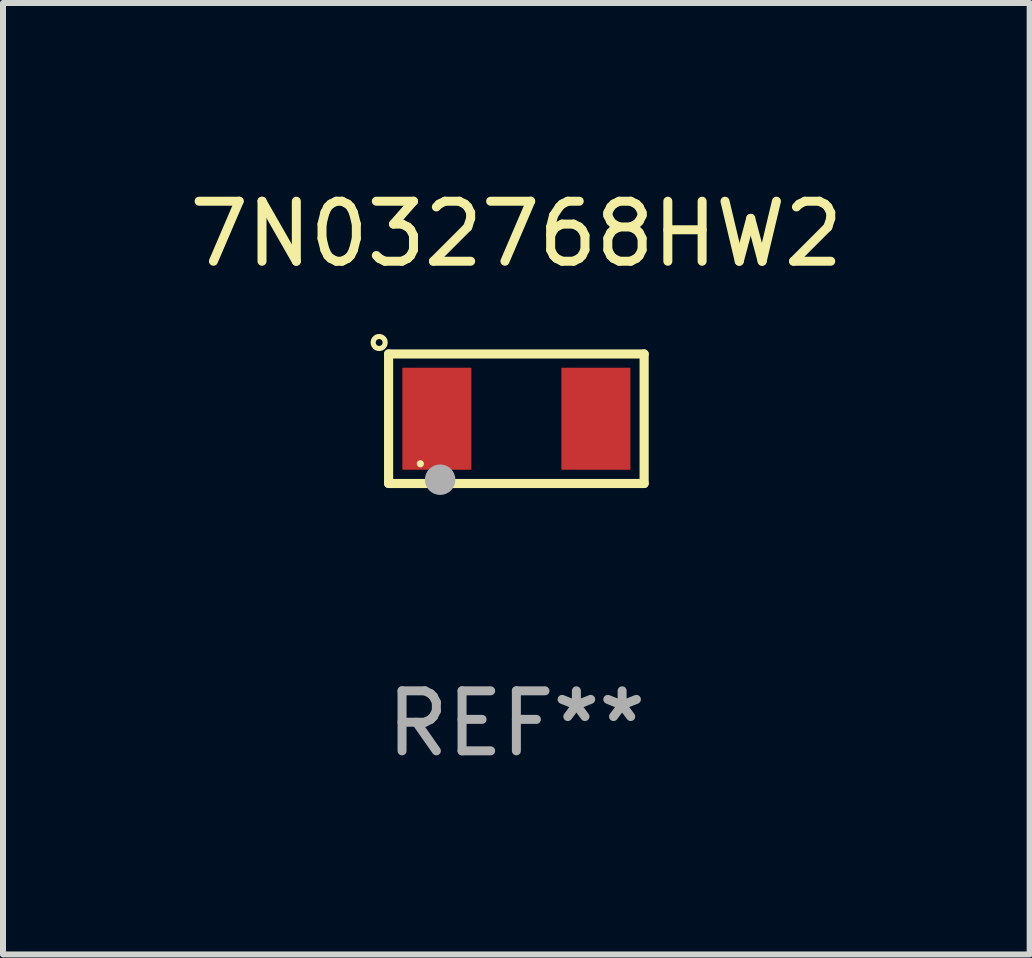
<source format=kicad_pcb>
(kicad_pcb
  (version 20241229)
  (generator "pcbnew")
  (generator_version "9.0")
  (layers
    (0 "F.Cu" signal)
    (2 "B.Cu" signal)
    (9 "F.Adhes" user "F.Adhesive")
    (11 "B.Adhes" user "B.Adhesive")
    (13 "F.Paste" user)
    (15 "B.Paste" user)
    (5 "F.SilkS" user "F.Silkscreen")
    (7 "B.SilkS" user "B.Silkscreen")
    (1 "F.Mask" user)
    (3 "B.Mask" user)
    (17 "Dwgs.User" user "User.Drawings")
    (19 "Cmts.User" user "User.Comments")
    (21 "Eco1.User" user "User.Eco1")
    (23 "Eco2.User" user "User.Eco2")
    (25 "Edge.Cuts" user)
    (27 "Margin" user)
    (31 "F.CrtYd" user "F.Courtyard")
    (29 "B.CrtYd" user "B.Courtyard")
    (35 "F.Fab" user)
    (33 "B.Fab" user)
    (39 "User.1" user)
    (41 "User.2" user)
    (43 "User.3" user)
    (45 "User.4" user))
  (footprint "7N032768HW2"
    (layer "F.Cu")
    (at 5.554 3.927)
    (property "Reference" "7N032768HW2" (at 0 -3.079 0) (layer "F.SilkS") (effects (font (size 1 1) (thickness 0.15))))
    (attr through_hole)
    (fp_line (start -2.129 -1.079) (end 2.129 -1.079) (stroke (width 0.152) (type solid)) (layer "F.SilkS"))
    (fp_line (start -2.129 1.079) (end -2.129 -1.079) (stroke (width 0.152) (type solid)) (layer "F.SilkS"))
    (fp_line (start 2.129 -1.079) (end 2.129 1.079) (stroke (width 0.152) (type solid)) (layer "F.SilkS"))
    (fp_line (start 2.129 1.079) (end -2.129 1.079) (stroke (width 0.152) (type solid)) (layer "F.SilkS"))
    (fp_circle (center -2.286 -1.27) (end -2.186 -1.27) (stroke (width 0.085) (type solid)) (fill no) (layer "F.SilkS"))
    (fp_circle (center -1.6 0.75) (end -1.57 0.75) (stroke (width 0.06) (type solid)) (fill no) (layer "F.SilkS"))
    (fp_circle (center -1.27 1.016) (end -1.143 1.016) (stroke (width 0.254) (type solid)) (fill no) (layer "F.Fab"))
    (fp_text user "REF**" (at 0 5.079 0) (layer "F.Fab") (effects (font (size 1 1) (thickness 0.15))))
    (pad "1" smd rect (at -1.325 0) (size 1.15 1.7) (layers "F.Cu" "F.Mask" "F.Paste"))
    (pad "2" smd rect (at 1.325 0) (size 1.15 1.7) (layers "F.Cu" "F.Mask" "F.Paste")))
  (gr_rect
    (start -3 -3)
    (end 14.107 12.854)
    (stroke (width 0.1) (type default))
    (fill no)
    (layer "Edge.Cuts")))
</source>
